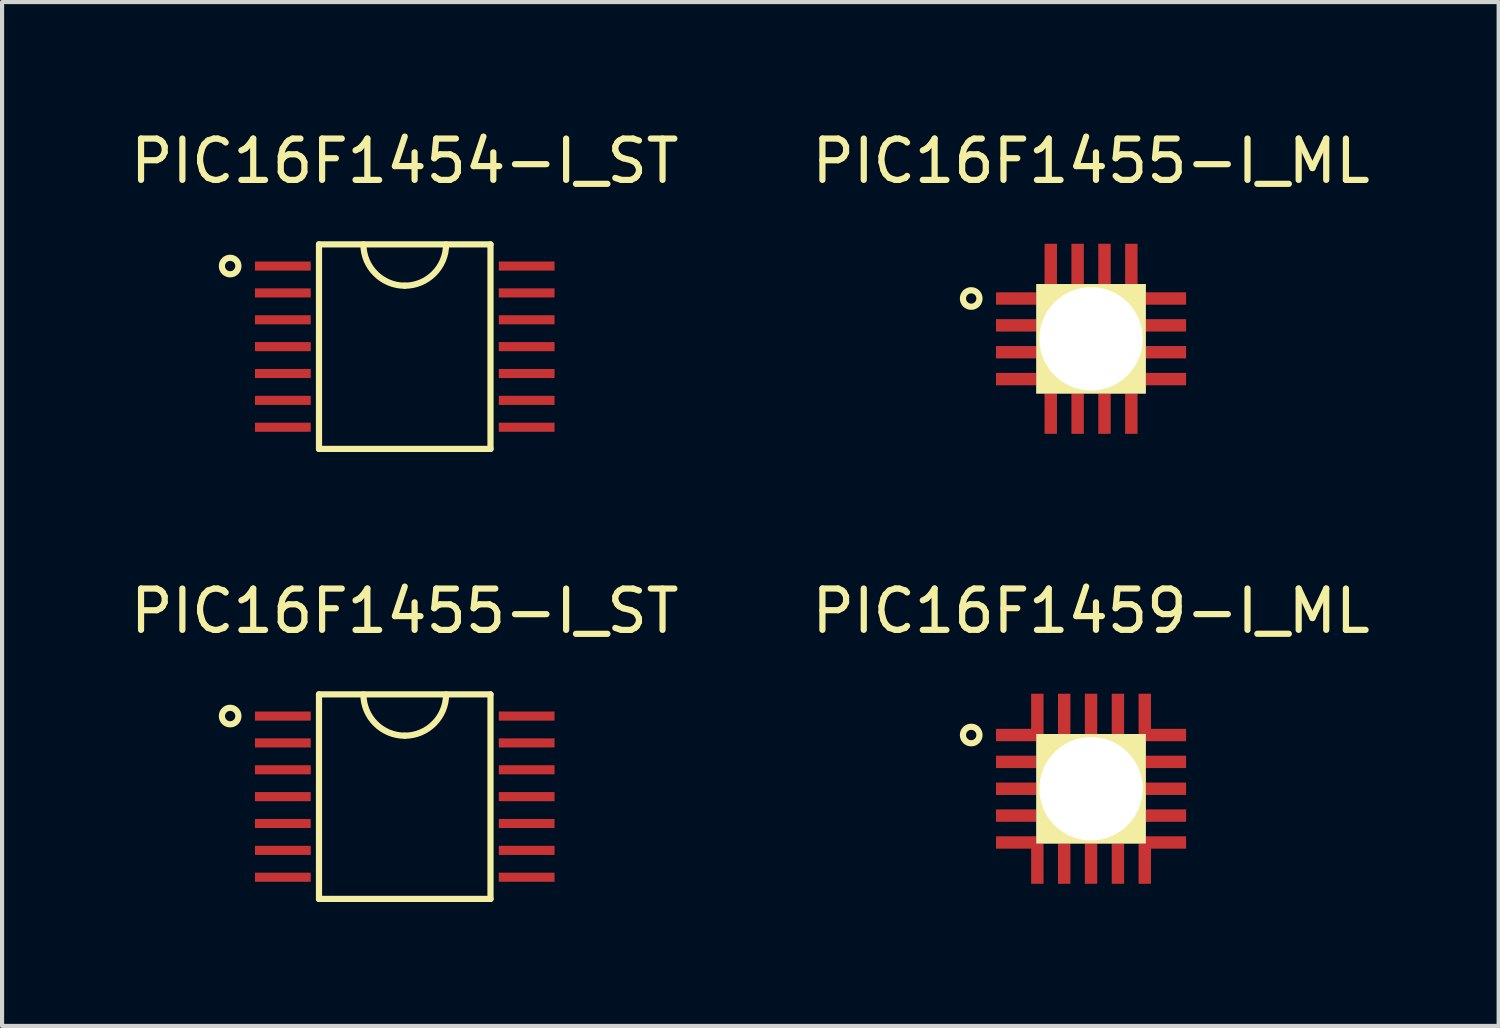
<source format=kicad_pcb>
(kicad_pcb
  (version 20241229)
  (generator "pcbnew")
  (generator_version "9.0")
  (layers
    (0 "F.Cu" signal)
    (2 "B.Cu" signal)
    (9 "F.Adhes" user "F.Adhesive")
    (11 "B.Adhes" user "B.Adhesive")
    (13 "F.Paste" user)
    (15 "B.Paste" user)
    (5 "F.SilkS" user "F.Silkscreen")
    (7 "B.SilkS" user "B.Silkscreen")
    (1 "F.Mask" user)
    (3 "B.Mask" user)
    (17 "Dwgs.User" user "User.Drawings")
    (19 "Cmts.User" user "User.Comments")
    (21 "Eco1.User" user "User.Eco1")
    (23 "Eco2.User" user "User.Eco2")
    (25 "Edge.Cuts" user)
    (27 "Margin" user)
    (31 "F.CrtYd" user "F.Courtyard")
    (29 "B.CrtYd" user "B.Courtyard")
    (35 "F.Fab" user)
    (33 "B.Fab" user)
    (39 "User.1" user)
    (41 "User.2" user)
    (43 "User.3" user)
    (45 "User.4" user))
  (footprint "PIC16F1459-I_ML"
    (layer "F.Cu")
    (at 21.551 14.236)
    (property "Reference" "PIC16F1459-I_ML" (at 1.8 -2.5 0) (layer "F.SilkS") (effects (font (size 1 1) (thickness 0.15))))
    (attr through_hole)
    (fp_line (start 0.7 0.7) (end 0.7 2.9) (stroke (width 0.15) (type solid)) (layer "F.SilkS"))
    (fp_line (start 0.7 0.7) (end 2.9 0.7) (stroke (width 0.15) (type solid)) (layer "F.SilkS"))
    (fp_line (start 0.7 2.9) (end 2.9 2.9) (stroke (width 0.15) (type solid)) (layer "F.SilkS"))
    (fp_line (start 2.9 2.9) (end 2.9 0.7) (stroke (width 0.15) (type solid)) (layer "F.SilkS"))
    (fp_circle (center -1.1 0.5) (end -1.1 0.3) (stroke (width 0.15) (type solid)) (fill no) (layer "F.SilkS"))
    (fp_circle (center 1.7 1.7) (end 1.7 1.2) (stroke (width 0.15) (type solid)) (fill no) (layer "F.SilkS"))
    (pad "1" smd rect (at 0 0.5) (size 1 0.3) (layers "F.Cu" "F.Mask" "F.Paste"))
    (pad "2" smd rect (at 0 1.15) (size 1 0.3) (layers "F.Cu" "F.Mask" "F.Paste"))
    (pad "3" smd rect (at 0 1.8) (size 1 0.3) (layers "F.Cu" "F.Mask" "F.Paste"))
    (pad "4" smd rect (at 0 2.45) (size 1 0.3) (layers "F.Cu" "F.Mask" "F.Paste"))
    (pad "5" smd rect (at 0 3.1) (size 1 0.3) (layers "F.Cu" "F.Mask" "F.Paste"))
    (pad "6" smd rect (at 0.5 3.6) (size 0.3 1) (layers "F.Cu" "F.Mask" "F.Paste"))
    (pad "7" smd rect (at 1.15 3.6) (size 0.3 1) (layers "F.Cu" "F.Mask" "F.Paste"))
    (pad "8" smd rect (at 1.8 3.6) (size 0.3 1) (layers "F.Cu" "F.Mask" "F.Paste"))
    (pad "9" smd rect (at 2.45 3.6) (size 0.3 1) (layers "F.Cu" "F.Mask" "F.Paste"))
    (pad "10" smd rect (at 3.1 3.6) (size 0.3 1) (layers "F.Cu" "F.Mask" "F.Paste"))
    (pad "11" smd rect (at 3.6 3.1) (size 1 0.3) (layers "F.Cu" "F.Mask" "F.Paste"))
    (pad "12" smd rect (at 3.6 2.45) (size 1 0.3) (layers "F.Cu" "F.Mask" "F.Paste"))
    (pad "13" smd rect (at 3.6 1.8) (size 1 0.3) (layers "F.Cu" "F.Mask" "F.Paste"))
    (pad "14" smd rect (at 3.6 1.15) (size 1 0.3) (layers "F.Cu" "F.Mask" "F.Paste"))
    (pad "15" smd rect (at 3.6 0.5) (size 1 0.3) (layers "F.Cu" "F.Mask" "F.Paste"))
    (pad "16" smd rect (at 3.1 0) (size 0.3 1) (layers "F.Cu" "F.Mask" "F.Paste"))
    (pad "17" smd rect (at 2.45 0) (size 0.3 1) (layers "F.Cu" "F.Mask" "F.Paste"))
    (pad "18" smd rect (at 1.8 0) (size 0.3 1) (layers "F.Cu" "F.Mask" "F.Paste"))
    (pad "19" smd rect (at 1.15 0) (size 0.3 1) (layers "F.Cu" "F.Mask" "F.Paste"))
    (pad "20" smd rect (at 0.5 0) (size 0.3 1) (layers "F.Cu" "F.Mask" "F.Paste"))
    (pad "999" thru_hole rect (at 1.8 1.8) (size 2.65 2.65) (drill 2.5) (layers "*.Cu" "*.Mask" "F.SilkS")))
  (footprint "PIC16F1455-I_ML"
    (layer "F.Cu")
    (at 21.551 3.348)
    (property "Reference" "PIC16F1455-I_ML" (at 1.8 -2.5 0) (layer "F.SilkS") (effects (font (size 1 1) (thickness 0.15))))
    (attr through_hole)
    (fp_line (start 0.7 0.7) (end 0.7 2.9) (stroke (width 0.15) (type solid)) (layer "F.SilkS"))
    (fp_line (start 0.7 0.7) (end 2.9 0.7) (stroke (width 0.15) (type solid)) (layer "F.SilkS"))
    (fp_line (start 0.7 2.9) (end 2.9 2.9) (stroke (width 0.15) (type solid)) (layer "F.SilkS"))
    (fp_line (start 2.9 2.9) (end 2.9 0.7) (stroke (width 0.15) (type solid)) (layer "F.SilkS"))
    (fp_circle (center -1.1 0.825) (end -1.1 0.625) (stroke (width 0.15) (type solid)) (fill no) (layer "F.SilkS"))
    (fp_circle (center 1.7 1.7) (end 1.7 1.2) (stroke (width 0.15) (type solid)) (fill no) (layer "F.SilkS"))
    (pad "1" smd rect (at 0 0.825) (size 1 0.3) (layers "F.Cu" "F.Mask" "F.Paste"))
    (pad "2" smd rect (at 0 1.475) (size 1 0.3) (layers "F.Cu" "F.Mask" "F.Paste"))
    (pad "3" smd rect (at 0 2.125) (size 1 0.3) (layers "F.Cu" "F.Mask" "F.Paste"))
    (pad "4" smd rect (at 0 2.775) (size 1 0.3) (layers "F.Cu" "F.Mask" "F.Paste"))
    (pad "5" smd rect (at 0.825 3.6) (size 0.3 1) (layers "F.Cu" "F.Mask" "F.Paste"))
    (pad "6" smd rect (at 1.475 3.6) (size 0.3 1) (layers "F.Cu" "F.Mask" "F.Paste"))
    (pad "7" smd rect (at 2.125 3.6) (size 0.3 1) (layers "F.Cu" "F.Mask" "F.Paste"))
    (pad "8" smd rect (at 2.775 3.6) (size 0.3 1) (layers "F.Cu" "F.Mask" "F.Paste"))
    (pad "9" smd rect (at 3.6 2.775) (size 1 0.3) (layers "F.Cu" "F.Mask" "F.Paste"))
    (pad "10" smd rect (at 3.6 2.125) (size 1 0.3) (layers "F.Cu" "F.Mask" "F.Paste"))
    (pad "11" smd rect (at 3.6 1.475) (size 1 0.3) (layers "F.Cu" "F.Mask" "F.Paste"))
    (pad "12" smd rect (at 3.6 0.825) (size 1 0.3) (layers "F.Cu" "F.Mask" "F.Paste"))
    (pad "13" smd rect (at 2.775 0) (size 0.3 1) (layers "F.Cu" "F.Mask" "F.Paste"))
    (pad "14" smd rect (at 2.125 0) (size 0.3 1) (layers "F.Cu" "F.Mask" "F.Paste"))
    (pad "15" smd rect (at 1.475 0) (size 0.3 1) (layers "F.Cu" "F.Mask" "F.Paste"))
    (pad "16" smd rect (at 0.825 0) (size 0.3 1) (layers "F.Cu" "F.Mask" "F.Paste"))
    (pad "999" thru_hole rect (at 1.8 1.8) (size 2.65 2.65) (drill 2.5) (layers "*.Cu" "*.Mask" "F.SilkS")))
  (footprint "PIC16F1454-I_ST"
    (layer "F.Cu")
    (at 3.794 3.388)
    (property "Reference" "PIC16F1454-I_ST" (at 2.95 -2.54 0) (layer "F.SilkS") (effects (font (size 1 1) (thickness 0.15))))
    (attr through_hole)
    (fp_line (start 0.875 -0.525) (end 5.025 -0.525) (stroke (width 0.15) (type solid)) (layer "F.SilkS"))
    (fp_line (start 0.875 4.425) (end 0.875 -0.525) (stroke (width 0.15) (type solid)) (layer "F.SilkS"))
    (fp_line (start 5.025 -0.525) (end 5.025 4.425) (stroke (width 0.15) (type solid)) (layer "F.SilkS"))
    (fp_line (start 5.025 4.425) (end 0.875 4.425) (stroke (width 0.15) (type solid)) (layer "F.SilkS"))
    (fp_arc (start 2.95 0.475) (mid 2.242893 0.182107) (end 1.95 -0.525) (stroke (width 0.15) (type solid)) (layer "F.SilkS"))
    (fp_arc (start 3.95 -0.525) (mid 3.657107 0.182107) (end 2.95 0.475) (stroke (width 0.15) (type solid)) (layer "F.SilkS"))
    (fp_circle (center -1.275 0) (end -1.275 0.2) (stroke (width 0.15) (type solid)) (fill no) (layer "F.SilkS"))
    (pad "1" smd rect (at 0 0) (size 1.35 0.22) (layers "F.Cu" "F.Mask" "F.Paste"))
    (pad "2" smd rect (at 0 0.65) (size 1.35 0.22) (layers "F.Cu" "F.Mask" "F.Paste"))
    (pad "3" smd rect (at 0 1.3) (size 1.35 0.22) (layers "F.Cu" "F.Mask" "F.Paste"))
    (pad "4" smd rect (at 0 1.95) (size 1.35 0.22) (layers "F.Cu" "F.Mask" "F.Paste"))
    (pad "5" smd rect (at 0 2.6) (size 1.35 0.22) (layers "F.Cu" "F.Mask" "F.Paste"))
    (pad "6" smd rect (at 0 3.25) (size 1.35 0.22) (layers "F.Cu" "F.Mask" "F.Paste"))
    (pad "7" smd rect (at 0 3.9) (size 1.35 0.22) (layers "F.Cu" "F.Mask" "F.Paste"))
    (pad "8" smd rect (at 5.9 3.9) (size 1.35 0.22) (layers "F.Cu" "F.Mask" "F.Paste"))
    (pad "9" smd rect (at 5.9 3.25) (size 1.35 0.22) (layers "F.Cu" "F.Mask" "F.Paste"))
    (pad "10" smd rect (at 5.9 2.6) (size 1.35 0.22) (layers "F.Cu" "F.Mask" "F.Paste"))
    (pad "11" smd rect (at 5.9 1.95) (size 1.35 0.22) (layers "F.Cu" "F.Mask" "F.Paste"))
    (pad "12" smd rect (at 5.9 1.3) (size 1.35 0.22) (layers "F.Cu" "F.Mask" "F.Paste"))
    (pad "13" smd rect (at 5.9 0.65) (size 1.35 0.22) (layers "F.Cu" "F.Mask" "F.Paste"))
    (pad "14" smd rect (at 5.9 0) (size 1.35 0.22) (layers "F.Cu" "F.Mask" "F.Paste")))
  (footprint "PIC16F1455-I_ST"
    (layer "F.Cu")
    (at 3.794 14.277)
    (property "Reference" "PIC16F1455-I_ST" (at 2.95 -2.54 0) (layer "F.SilkS") (effects (font (size 1 1) (thickness 0.15))))
    (attr through_hole)
    (fp_line (start 0.875 -0.525) (end 5.025 -0.525) (stroke (width 0.15) (type solid)) (layer "F.SilkS"))
    (fp_line (start 0.875 4.425) (end 0.875 -0.525) (stroke (width 0.15) (type solid)) (layer "F.SilkS"))
    (fp_line (start 5.025 -0.525) (end 5.025 4.425) (stroke (width 0.15) (type solid)) (layer "F.SilkS"))
    (fp_line (start 5.025 4.425) (end 0.875 4.425) (stroke (width 0.15) (type solid)) (layer "F.SilkS"))
    (fp_arc (start 2.95 0.475) (mid 2.242893 0.182107) (end 1.95 -0.525) (stroke (width 0.15) (type solid)) (layer "F.SilkS"))
    (fp_arc (start 3.95 -0.525) (mid 3.657107 0.182107) (end 2.95 0.475) (stroke (width 0.15) (type solid)) (layer "F.SilkS"))
    (fp_circle (center -1.275 0) (end -1.275 0.2) (stroke (width 0.15) (type solid)) (fill no) (layer "F.SilkS"))
    (pad "1" smd rect (at 0 0) (size 1.35 0.22) (layers "F.Cu" "F.Mask" "F.Paste"))
    (pad "2" smd rect (at 0 0.65) (size 1.35 0.22) (layers "F.Cu" "F.Mask" "F.Paste"))
    (pad "3" smd rect (at 0 1.3) (size 1.35 0.22) (layers "F.Cu" "F.Mask" "F.Paste"))
    (pad "4" smd rect (at 0 1.95) (size 1.35 0.22) (layers "F.Cu" "F.Mask" "F.Paste"))
    (pad "5" smd rect (at 0 2.6) (size 1.35 0.22) (layers "F.Cu" "F.Mask" "F.Paste"))
    (pad "6" smd rect (at 0 3.25) (size 1.35 0.22) (layers "F.Cu" "F.Mask" "F.Paste"))
    (pad "7" smd rect (at 0 3.9) (size 1.35 0.22) (layers "F.Cu" "F.Mask" "F.Paste"))
    (pad "8" smd rect (at 5.9 3.9) (size 1.35 0.22) (layers "F.Cu" "F.Mask" "F.Paste"))
    (pad "9" smd rect (at 5.9 3.25) (size 1.35 0.22) (layers "F.Cu" "F.Mask" "F.Paste"))
    (pad "10" smd rect (at 5.9 2.6) (size 1.35 0.22) (layers "F.Cu" "F.Mask" "F.Paste"))
    (pad "11" smd rect (at 5.9 1.95) (size 1.35 0.22) (layers "F.Cu" "F.Mask" "F.Paste"))
    (pad "12" smd rect (at 5.9 1.3) (size 1.35 0.22) (layers "F.Cu" "F.Mask" "F.Paste"))
    (pad "13" smd rect (at 5.9 0.65) (size 1.35 0.22) (layers "F.Cu" "F.Mask" "F.Paste"))
    (pad "14" smd rect (at 5.9 0) (size 1.35 0.22) (layers "F.Cu" "F.Mask" "F.Paste")))
  (gr_rect
    (start -3 -3)
    (end 33.214 21.776)
    (stroke (width 0.1) (type default))
    (fill no)
    (layer "Edge.Cuts")))
</source>
